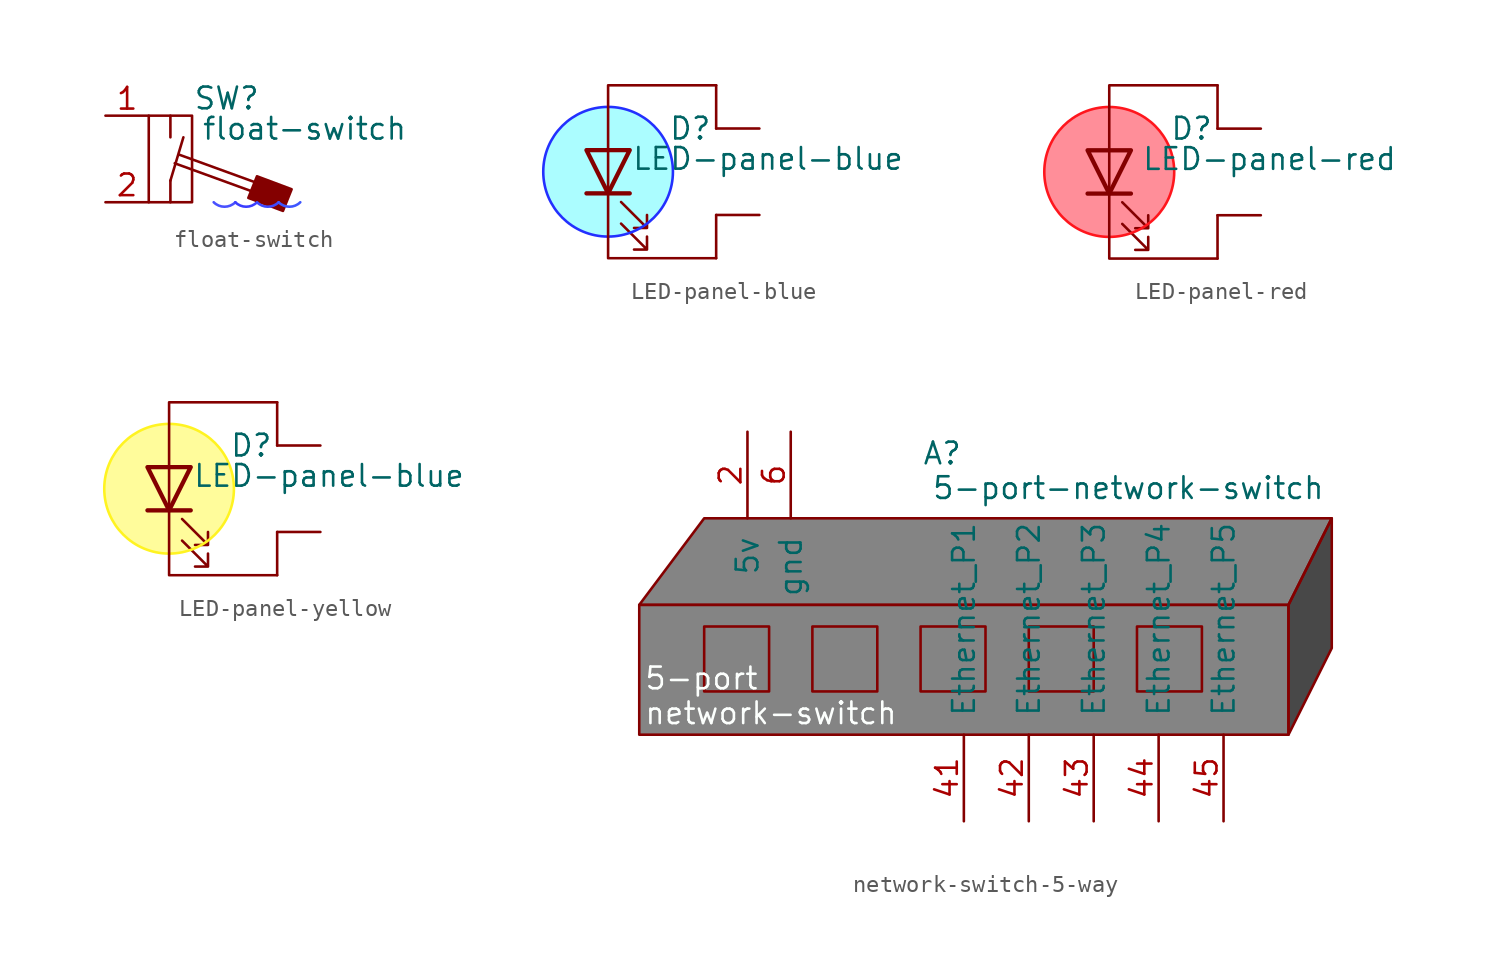
<source format=kicad_sym>
(kicad_symbol_lib
  (version 20231120)
  (generator "kicad_symbol_editor")
  (generator_version "8.0")
  (symbol "float-switch"
    (pin_names
      (offset 0) hide)
    (property "Reference" "SW"
      (at 2.032 3.556 0)
      (effects (font (size 1.27 1.27))))
    (property "Value" "float-switch"
      (at 6.604 1.778 0)
      (effects (font (size 1.27 1.27))))
    (symbol "float-switch_0_1"
      (rectangle (start -2.54 2.54) (end 0 -2.54) (stroke (width 0) (type default)) (fill (type none)))
      (polyline (pts (xy -1.27 -2.54) (xy -1.27 -1.27)) (stroke (width 0) (type default)) (fill (type none)))
      (polyline (pts (xy -1.27 2.54) (xy -1.27 1.27)) (stroke (width 0) (type default)) (fill (type none)))
      (polyline (pts (xy -1.016 -0.254) (xy 4.572 -2.286)) (stroke (width 0) (type default)) (fill (type none)))
      (polyline (pts (xy -0.762 0.254) (xy 4.826 -1.778)) (stroke (width 0) (type default)) (fill (type none)))
      (polyline (pts (xy -0.508 1.27) (xy -1.27 -1.27)) (stroke (width 0) (type default)) (fill (type none))))
    (symbol "float-switch_1_1"
      (polyline (pts (xy 3.81 -1.016) (xy 3.302 -2.286) (xy 5.334 -3.048) (xy 5.842 -1.778) (xy 3.81 -1.016)) (stroke (width 0) (type default)) (fill (type outline)))
      (arc (start 1.27 -2.54) (mid 1.905 -2.803) (end 2.54 -2.54) (stroke (width 0) (type default) (color 73 81 255 1)) (fill (type none)))
      (arc (start 2.54 -2.54) (mid 3.175 -2.803) (end 3.81 -2.54) (stroke (width 0) (type default) (color 58 61 255 1)) (fill (type none)))
      (arc (start 3.81 -2.54) (mid 4.445 -2.803) (end 5.08 -2.54) (stroke (width 0) (type default) (color 62 72 255 1)) (fill (type none)))
      (arc (start 5.08 -2.54) (mid 5.715 -2.803) (end 6.35 -2.54) (stroke (width 0) (type default) (color 62 86 255 1)) (fill (type none)))
      (pin passive line (at -5.08 2.54 0) (length 2.54) (name "A" (effects (font (size 1.27 1.27)))) (number "1" (effects (font (size 1.27 1.27)))))
      (pin passive line (at -5.08 -2.54 0) (length 2.54) (name "B" (effects (font (size 1.27 1.27)))) (number "2" (effects (font (size 1.27 1.27)))))))
  (symbol "LED-panel-blue"
    (pin_numbers hide)
    (pin_names
      (offset 1.016) hide)
    (property "Reference" "D"
      (at 4.826 2.54 0)
      (effects (font (size 1.27 1.27))))
    (property "Value" "LED-panel-blue"
      (at 9.398 0.762 0)
      (effects (font (size 1.27 1.27))))
    (symbol "LED-panel-blue_0_1"
      (polyline (pts (xy 0 -1.27) (xy 0 1.27)) (stroke (width 0) (type default)) (fill (type none)))
      (polyline (pts (xy 1.27 -1.27) (xy -1.27 -1.27)) (stroke (width 0.254) (type default)) (fill (type none)))
      (polyline (pts (xy 1.27 1.27) (xy -1.27 1.27) (xy 0 -1.27) (xy 1.27 1.27)) (stroke (width 0.254) (type default)) (fill (type none)))
      (polyline (pts (xy 0.762 -3.048) (xy 2.286 -4.572) (xy 2.286 -3.81) (xy 2.286 -4.572) (xy 1.524 -4.572)) (stroke (width 0) (type default)) (fill (type none)))
      (polyline (pts (xy 0.762 -1.778) (xy 2.286 -3.302) (xy 2.286 -2.54) (xy 2.286 -3.302) (xy 1.524 -3.302)) (stroke (width 0) (type default)) (fill (type none))))
    (symbol "LED-panel-blue_1_1"
      (polyline (pts (xy 6.35 -5.08) (xy 6.35 -2.54)) (stroke (width 0) (type default)) (fill (type none)))
      (polyline (pts (xy 6.35 5.08) (xy 6.35 2.54)) (stroke (width 0) (type default)) (fill (type none)))
      (polyline (pts (xy 0 -1.27) (xy 0 -5.08) (xy 6.35 -5.08)) (stroke (width 0) (type default)) (fill (type none)))
      (polyline (pts (xy 6.35 5.08) (xy 0 5.08) (xy 0 1.27)) (stroke (width 0) (type default)) (fill (type none)))
      (circle (center 0 0) (radius 3.81) (stroke (width 0) (type default) (color 35 48 255 0.69)) (fill (type color) (color 80 251 255 0.48)))
      (pin passive line (at 8.89 -2.54 180) (length 2.54) (name "K" (effects (font (size 1.27 1.27)))) (number "1" (effects (font (size 1.27 1.27)))))
      (pin passive line (at 8.89 2.54 180) (length 2.54) (name "A" (effects (font (size 1.27 1.27)))) (number "2" (effects (font (size 1.27 1.27)))))))
  (symbol "LED-panel-red"
    (pin_numbers hide)
    (pin_names
      (offset 1.016) hide)
    (property "Reference" "D"
      (at 4.826 2.54 0)
      (effects (font (size 1.27 1.27))))
    (property "Value" "LED-panel-red"
      (at 9.398 0.762 0)
      (effects (font (size 1.27 1.27))))
    (symbol "LED-panel-red_0_1"
      (polyline (pts (xy 0 -1.27) (xy 0 1.27)) (stroke (width 0) (type default)) (fill (type none)))
      (polyline (pts (xy 1.27 -1.27) (xy -1.27 -1.27)) (stroke (width 0.254) (type default)) (fill (type none)))
      (polyline (pts (xy 1.27 1.27) (xy -1.27 1.27) (xy 0 -1.27) (xy 1.27 1.27)) (stroke (width 0.254) (type default)) (fill (type none)))
      (polyline (pts (xy 0.762 -3.048) (xy 2.286 -4.572) (xy 2.286 -3.81) (xy 2.286 -4.572) (xy 1.524 -4.572)) (stroke (width 0) (type default)) (fill (type none)))
      (polyline (pts (xy 0.762 -1.778) (xy 2.286 -3.302) (xy 2.286 -2.54) (xy 2.286 -3.302) (xy 1.524 -3.302)) (stroke (width 0) (type default)) (fill (type none))))
    (symbol "LED-panel-red_1_1"
      (polyline (pts (xy 6.35 -5.08) (xy 6.35 -2.54)) (stroke (width 0) (type default)) (fill (type none)))
      (polyline (pts (xy 6.35 5.08) (xy 6.35 2.54)) (stroke (width 0) (type default)) (fill (type none)))
      (polyline (pts (xy 0 -1.27) (xy 0 -5.08) (xy 6.35 -5.08)) (stroke (width 0) (type default)) (fill (type none)))
      (polyline (pts (xy 6.35 5.08) (xy 0 5.08) (xy 0 1.27)) (stroke (width 0) (type default)) (fill (type none)))
      (circle (center 0 0) (radius 3.81) (stroke (width 0) (type default) (color 255 22 29 0.69)) (fill (type color) (color 255 19 42 0.48)))
      (pin passive line (at 8.89 -2.54 180) (length 2.54) (name "K" (effects (font (size 1.27 1.27)))) (number "1" (effects (font (size 1.27 1.27)))))
      (pin passive line (at 8.89 2.54 180) (length 2.54) (name "A" (effects (font (size 1.27 1.27)))) (number "2" (effects (font (size 1.27 1.27)))))))
  (symbol "LED-panel-yellow"
    (pin_numbers hide)
    (pin_names
      (offset 1.016) hide)
    (property "Reference" "D"
      (at 4.826 2.54 0)
      (effects (font (size 1.27 1.27))))
    (property "Value" "LED-panel-blue"
      (at 9.398 0.762 0)
      (effects (font (size 1.27 1.27))))
    (symbol "LED-panel-yellow_0_1"
      (polyline (pts (xy 0 -1.27) (xy 0 1.27)) (stroke (width 0) (type default)) (fill (type none)))
      (polyline (pts (xy 1.27 -1.27) (xy -1.27 -1.27)) (stroke (width 0.254) (type default)) (fill (type none)))
      (polyline (pts (xy 6.35 -2.54) (xy 6.35 -5.08)) (stroke (width 0) (type default)) (fill (type none)))
      (polyline (pts (xy 6.35 5.08) (xy 6.35 2.54)) (stroke (width 0) (type default)) (fill (type none)))
      (polyline (pts (xy 1.27 1.27) (xy -1.27 1.27) (xy 0 -1.27) (xy 1.27 1.27)) (stroke (width 0.254) (type default)) (fill (type none)))
      (polyline (pts (xy 0.762 -3.048) (xy 2.286 -4.572) (xy 2.286 -3.81) (xy 2.286 -4.572) (xy 1.524 -4.572)) (stroke (width 0) (type default)) (fill (type none)))
      (polyline (pts (xy 0.762 -1.778) (xy 2.286 -3.302) (xy 2.286 -2.54) (xy 2.286 -3.302) (xy 1.524 -3.302)) (stroke (width 0) (type default)) (fill (type none))))
    (symbol "LED-panel-yellow_1_1"
      (polyline (pts (xy 0 -1.27) (xy 0 -5.08) (xy 6.35 -5.08)) (stroke (width 0) (type default)) (fill (type none)))
      (polyline (pts (xy 6.35 5.08) (xy 0 5.08) (xy 0 1.27)) (stroke (width 0) (type default)) (fill (type none)))
      (circle (center 0 0) (radius 3.81) (stroke (width 0) (type default) (color 255 243 33 0.83)) (fill (type color) (color 255 247 46 0.48)))
      (pin passive line (at 8.89 -2.54 180) (length 2.54) (name "K" (effects (font (size 1.27 1.27)))) (number "1" (effects (font (size 1.27 1.27)))))
      (pin passive line (at 8.89 2.54 180) (length 2.54) (name "A" (effects (font (size 1.27 1.27)))) (number "2" (effects (font (size 1.27 1.27)))))))
  (symbol "network-switch-5-way"
    (pin_names
      (offset 1.016))
    (property "Reference" "A"
      (at -2.54 10.16 0)
      (effects (font (size 1.27 1.27))))
    (property "Value" "5-port-network-switch"
      (at 8.382 8.128 0)
      (effects (font (size 1.27 1.27))))
    (symbol "network-switch-5-way_1_0"
      (rectangle (start -16.51 0) (end -12.7 -3.81) (stroke (width 0) (type default)) (fill (type color) (color 132 132 132 1)))
      (rectangle (start -10.16 0) (end -6.35 -3.81) (stroke (width 0) (type default)) (fill (type color) (color 132 132 132 1)))
      (rectangle (start -3.81 0) (end 0 -3.81) (stroke (width 0) (type default)) (fill (type color) (color 132 132 132 1)))
      (rectangle (start 2.54 0) (end 6.35 -3.81) (stroke (width 0) (type default)) (fill (type color) (color 132 132 132 1)))
      (rectangle (start 8.89 0) (end 12.7 -3.81) (stroke (width 0) (type default)) (fill (type color) (color 132 132 132 1)))
      (text "5-port\nnetwork-switch" (at -20.066 -4.064 0) (effects (font (size 1.27 1.27) (color 252 255 253 1)) (justify left))))
    (symbol "network-switch-5-way_1_1"
      (rectangle (start -20.32 1.27) (end 17.78 -6.35) (stroke (width 0) (type default)) (fill (type color) (color 132 132 132 1)))
      (polyline (pts (xy -20.32 1.27) (xy -16.51 6.35) (xy 20.32 6.35) (xy 17.78 1.27) (xy -20.32 1.27)) (stroke (width 0) (type default)) (fill (type color) (color 132 132 132 1)))
      (polyline (pts (xy 17.78 1.27) (xy 17.78 -6.35) (xy 20.32 -1.27) (xy 20.32 6.35) (xy 17.78 1.27)) (stroke (width 0) (type default)) (fill (type color) (color 72 72 72 1)))
      (pin passive line (at -13.97 11.43 270) (length 5.08) (name "5v" (effects (font (size 1.27 1.27)))) (number "2" (effects (font (size 1.27 1.27)))))
      (pin bidirectional line (at -1.27 -11.43 90) (length 5.08) (name "Ethernet_P1" (effects (font (size 1.27 1.27)))) (number "41" (effects (font (size 1.27 1.27)))))
      (pin bidirectional line (at 2.54 -11.43 90) (length 5.08) (name "Ethernet_P2" (effects (font (size 1.27 1.27)))) (number "42" (effects (font (size 1.27 1.27)))))
      (pin bidirectional line (at 6.35 -11.43 90) (length 5.08) (name "Ethernet_P3" (effects (font (size 1.27 1.27)))) (number "43" (effects (font (size 1.27 1.27)))))
      (pin bidirectional line (at 10.16 -11.43 90) (length 5.08) (name "Ethernet_P4" (effects (font (size 1.27 1.27)))) (number "44" (effects (font (size 1.27 1.27)))))
      (pin bidirectional line (at 13.97 -11.43 90) (length 5.08) (name "Ethernet_P5" (effects (font (size 1.27 1.27)))) (number "45" (effects (font (size 1.27 1.27)))))
      (pin passive line (at -11.43 11.43 270) (length 5.08) (name "gnd" (effects (font (size 1.27 1.27)))) (number "6" (effects (font (size 1.27 1.27))))))))
</source>
